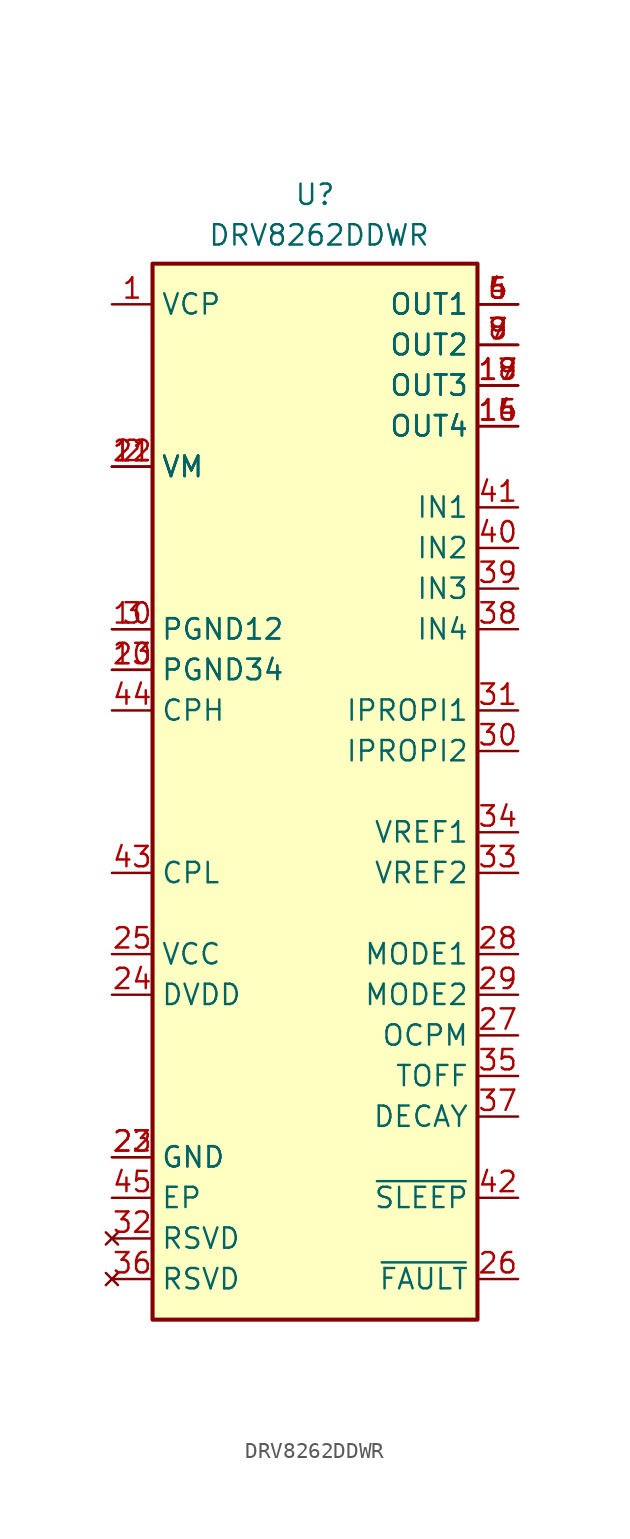
<source format=kicad_sym>
(kicad_symbol_lib
  (version 20231120)
  (generator "kicad_symbol_editor")
  (generator_version "8.0")
  (symbol "DRV8262DDWR"
    (property "Reference" "U"
      (at 0 19.558 0)
      (effects (font (size 1.27 1.27))))
    (property "Value" "DRV8262DDWR"
      (at 0.254 17.018 0)
      (effects (font (size 1.27 1.27))))
    (symbol "DRV8262DDWR_0_0"
      (pin power_out line (at -12.7 12.7 0) (length 2.54) (name "VCP" (effects (font (size 1.27 1.27)))) (number "1" (effects (font (size 1.27 1.27)))))
      (pin power_in line (at -12.7 -7.62 0) (length 2.54) (name "PGND12" (effects (font (size 1.27 1.27)))) (number "10" (effects (font (size 1.27 1.27)))))
      (pin power_in line (at -12.7 2.54 0) (length 2.54) (name "VM" (effects (font (size 1.27 1.27)))) (number "11" (effects (font (size 1.27 1.27)))))
      (pin power_in line (at -12.7 2.54 0) (length 2.54) (name "VM" (effects (font (size 1.27 1.27)))) (number "12" (effects (font (size 1.27 1.27)))))
      (pin power_in line (at -12.7 -10.16 0) (length 2.54) (name "PGND34" (effects (font (size 1.27 1.27)))) (number "13" (effects (font (size 1.27 1.27)))))
      (pin power_out line (at 12.7 5.08 180) (length 2.54) (name "OUT4" (effects (font (size 1.27 1.27)))) (number "14" (effects (font (size 1.27 1.27)))))
      (pin power_out line (at 12.7 5.08 180) (length 2.54) (name "OUT4" (effects (font (size 1.27 1.27)))) (number "15" (effects (font (size 1.27 1.27)))))
      (pin power_out line (at 12.7 5.08 180) (length 2.54) (name "OUT4" (effects (font (size 1.27 1.27)))) (number "16" (effects (font (size 1.27 1.27)))))
      (pin power_out line (at 12.7 7.62 180) (length 2.54) (name "OUT3" (effects (font (size 1.27 1.27)))) (number "17" (effects (font (size 1.27 1.27)))))
      (pin power_out line (at 12.7 7.62 180) (length 2.54) (name "OUT3" (effects (font (size 1.27 1.27)))) (number "18" (effects (font (size 1.27 1.27)))))
      (pin power_out line (at 12.7 7.62 180) (length 2.54) (name "OUT3" (effects (font (size 1.27 1.27)))) (number "19" (effects (font (size 1.27 1.27)))))
      (pin power_in line (at -12.7 2.54 0) (length 2.54) (name "VM" (effects (font (size 1.27 1.27)))) (number "2" (effects (font (size 1.27 1.27)))))
      (pin power_in line (at -12.7 -10.16 0) (length 2.54) (name "PGND34" (effects (font (size 1.27 1.27)))) (number "20" (effects (font (size 1.27 1.27)))))
      (pin power_in line (at -12.7 2.54 0) (length 2.54) (name "VM" (effects (font (size 1.27 1.27)))) (number "21" (effects (font (size 1.27 1.27)))))
      (pin power_in line (at -12.7 -40.64 0) (length 2.54) (name "GND" (effects (font (size 1.27 1.27)))) (number "22" (effects (font (size 1.27 1.27)))))
      (pin power_in line (at -12.7 -40.64 0) (length 2.54) (name "GND" (effects (font (size 1.27 1.27)))) (number "23" (effects (font (size 1.27 1.27)))))
      (pin power_out line (at -12.7 -30.48 0) (length 2.54) (name "DVDD" (effects (font (size 1.27 1.27)))) (number "24" (effects (font (size 1.27 1.27)))))
      (pin power_in line (at -12.7 -27.94 0) (length 2.54) (name "VCC" (effects (font (size 1.27 1.27)))) (number "25" (effects (font (size 1.27 1.27)))))
      (pin input line (at 12.7 -33.02 180) (length 2.54) (name "OCPM" (effects (font (size 1.27 1.27)))) (number "27" (effects (font (size 1.27 1.27)))))
      (pin input line (at 12.7 -27.94 180) (length 2.54) (name "MODE1" (effects (font (size 1.27 1.27)))) (number "28" (effects (font (size 1.27 1.27)))))
      (pin input line (at 12.7 -30.48 180) (length 2.54) (name "MODE2" (effects (font (size 1.27 1.27)))) (number "29" (effects (font (size 1.27 1.27)))))
      (pin power_in line (at -12.7 -7.62 0) (length 2.54) (name "PGND12" (effects (font (size 1.27 1.27)))) (number "3" (effects (font (size 1.27 1.27)))))
      (pin input line (at 12.7 -15.24 180) (length 2.54) (name "IPROPI2" (effects (font (size 1.27 1.27)))) (number "30" (effects (font (size 1.27 1.27)))))
      (pin input line (at 12.7 -12.7 180) (length 2.54) (name "IPROPI1" (effects (font (size 1.27 1.27)))) (number "31" (effects (font (size 1.27 1.27)))))
      (pin no_connect line (at -12.7 -45.72 0) (length 2.54) (name "RSVD" (effects (font (size 1.27 1.27)))) (number "32" (effects (font (size 1.27 1.27)))))
      (pin input line (at 12.7 -22.86 180) (length 2.54) (name "VREF2" (effects (font (size 1.27 1.27)))) (number "33" (effects (font (size 1.27 1.27)))))
      (pin input line (at 12.7 -20.32 180) (length 2.54) (name "VREF1" (effects (font (size 1.27 1.27)))) (number "34" (effects (font (size 1.27 1.27)))))
      (pin input line (at 12.7 -35.56 180) (length 2.54) (name "TOFF" (effects (font (size 1.27 1.27)))) (number "35" (effects (font (size 1.27 1.27)))))
      (pin no_connect line (at -12.7 -48.26 0) (length 2.54) (name "RSVD" (effects (font (size 1.27 1.27)))) (number "36" (effects (font (size 1.27 1.27)))))
      (pin input line (at 12.7 -38.1 180) (length 2.54) (name "DECAY" (effects (font (size 1.27 1.27)))) (number "37" (effects (font (size 1.27 1.27)))))
      (pin input line (at 12.7 -7.62 180) (length 2.54) (name "IN4" (effects (font (size 1.27 1.27)))) (number "38" (effects (font (size 1.27 1.27)))))
      (pin input line (at 12.7 -5.08 180) (length 2.54) (name "IN3" (effects (font (size 1.27 1.27)))) (number "39" (effects (font (size 1.27 1.27)))))
      (pin power_out line (at 12.7 12.7 180) (length 2.54) (name "OUT1" (effects (font (size 1.27 1.27)))) (number "4" (effects (font (size 1.27 1.27)))))
      (pin input line (at 12.7 -2.54 180) (length 2.54) (name "IN2" (effects (font (size 1.27 1.27)))) (number "40" (effects (font (size 1.27 1.27)))))
      (pin input line (at 12.7 0 180) (length 2.54) (name "IN1" (effects (font (size 1.27 1.27)))) (number "41" (effects (font (size 1.27 1.27)))))
      (pin power_out line (at -12.7 -22.86 0) (length 2.54) (name "CPL" (effects (font (size 1.27 1.27)))) (number "43" (effects (font (size 1.27 1.27)))))
      (pin power_out line (at -12.7 -12.7 0) (length 2.54) (name "CPH" (effects (font (size 1.27 1.27)))) (number "44" (effects (font (size 1.27 1.27)))))
      (pin power_in line (at -12.7 -43.18 0) (length 2.54) (name "EP" (effects (font (size 1.27 1.27)))) (number "45" (effects (font (size 1.27 1.27)))))
      (pin power_out line (at 12.7 12.7 180) (length 2.54) (name "OUT1" (effects (font (size 1.27 1.27)))) (number "5" (effects (font (size 1.27 1.27)))))
      (pin power_out line (at 12.7 12.7 180) (length 2.54) (name "OUT1" (effects (font (size 1.27 1.27)))) (number "6" (effects (font (size 1.27 1.27)))))
      (pin power_out line (at 12.7 10.16 180) (length 2.54) (name "OUT2" (effects (font (size 1.27 1.27)))) (number "7" (effects (font (size 1.27 1.27)))))
      (pin power_out line (at 12.7 10.16 180) (length 2.54) (name "OUT2" (effects (font (size 1.27 1.27)))) (number "8" (effects (font (size 1.27 1.27)))))
      (pin power_out line (at 12.7 10.16 180) (length 2.54) (name "OUT2" (effects (font (size 1.27 1.27)))) (number "9" (effects (font (size 1.27 1.27))))))
    (symbol "DRV8262DDWR_0_1"
      (rectangle (start -10.16 15.24) (end 10.16 -50.8) (stroke (width 0.254) (type default)) (fill (type background))))
    (symbol "DRV8262DDWR_1_0"
      (pin output line (at 12.7 -48.26 180) (length 2.54) (name "~{FAULT}" (effects (font (size 1.27 1.27)))) (number "26" (effects (font (size 1.27 1.27)))))
      (pin input line (at 12.7 -43.18 180) (length 2.54) (name "~{SLEEP}" (effects (font (size 1.27 1.27)))) (number "42" (effects (font (size 1.27 1.27))))))))
</source>
